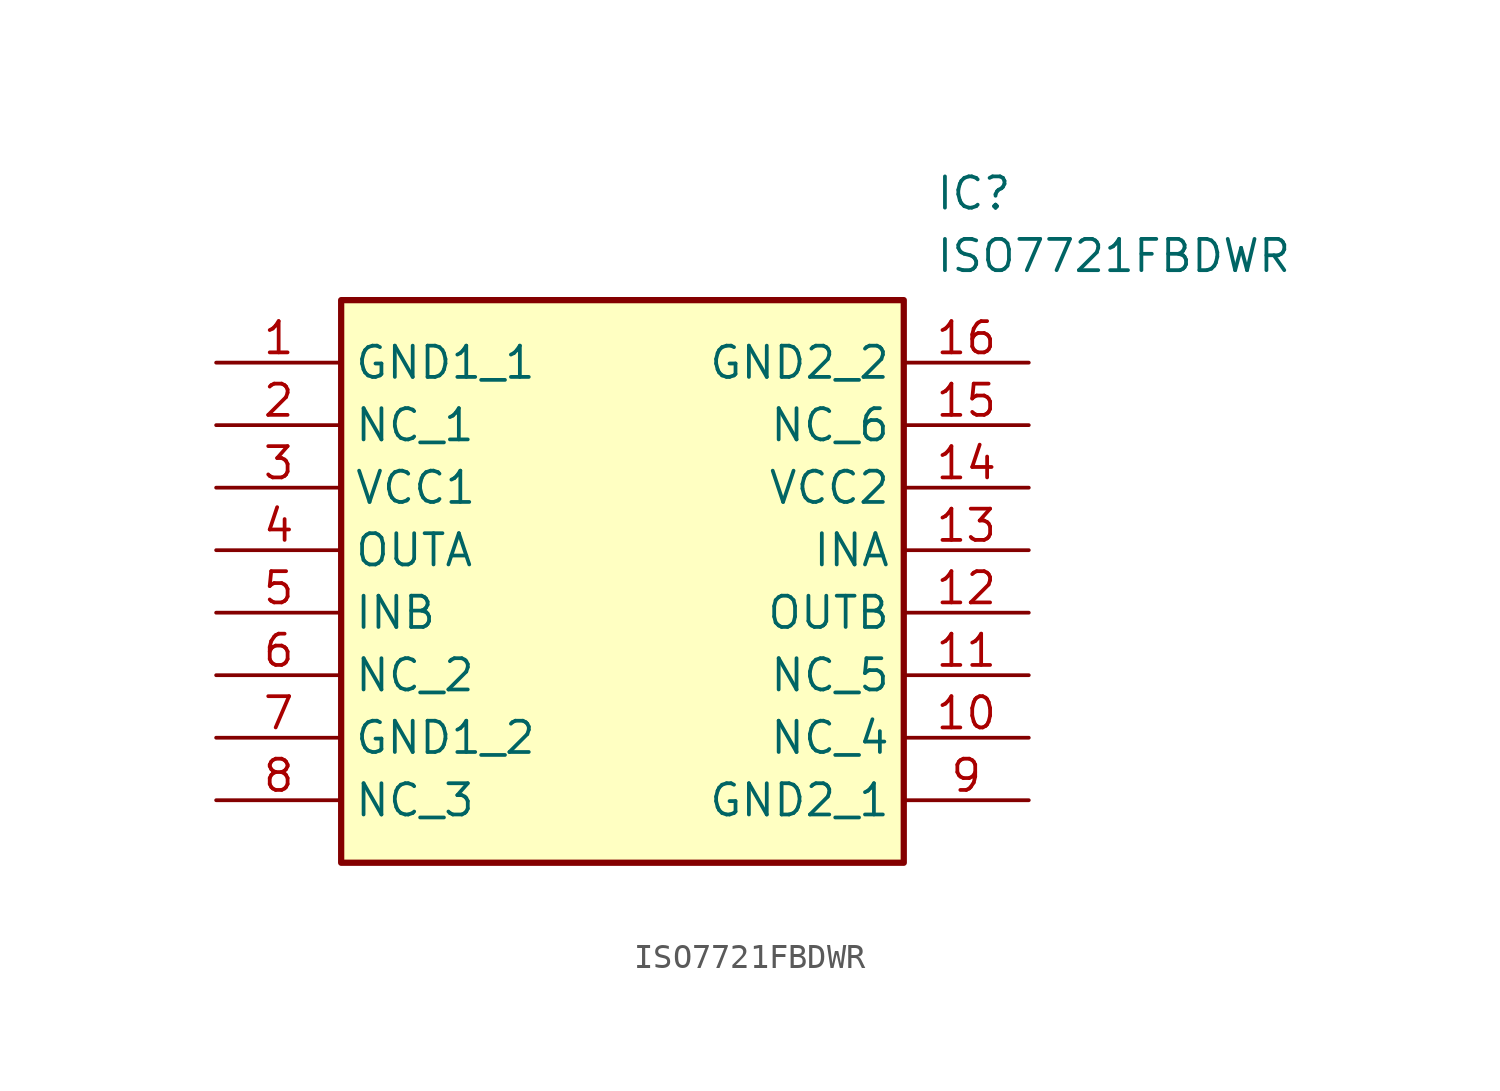
<source format=kicad_sym>
(kicad_symbol_lib
  (version 20231120)
  (generator "kicad_symbol_editor")
  (generator_version "8.0")
  (symbol "ISO7721FBDWR"
    (property "Reference" "IC"
      (at 29.21 7.62 0)
      (effects (font (size 1.27 1.27)) (justify left top)))
    (property "Value" "ISO7721FBDWR"
      (at 29.21 5.08 0)
      (effects (font (size 1.27 1.27)) (justify left top)))
    (symbol "ISO7721FBDWR_1_1"
      (rectangle (start 5.08 2.54) (end 27.94 -20.32) (stroke (width 0.254) (type default)) (fill (type background)))
      (pin passive line (at 0 0 0) (length 5.08) (name "GND1_1" (effects (font (size 1.27 1.27)))) (number "1" (effects (font (size 1.27 1.27)))))
      (pin passive line (at 33.02 -15.24 180) (length 5.08) (name "NC_4" (effects (font (size 1.27 1.27)))) (number "10" (effects (font (size 1.27 1.27)))))
      (pin passive line (at 33.02 -12.7 180) (length 5.08) (name "NC_5" (effects (font (size 1.27 1.27)))) (number "11" (effects (font (size 1.27 1.27)))))
      (pin passive line (at 33.02 -10.16 180) (length 5.08) (name "OUTB" (effects (font (size 1.27 1.27)))) (number "12" (effects (font (size 1.27 1.27)))))
      (pin passive line (at 33.02 -7.62 180) (length 5.08) (name "INA" (effects (font (size 1.27 1.27)))) (number "13" (effects (font (size 1.27 1.27)))))
      (pin passive line (at 33.02 -5.08 180) (length 5.08) (name "VCC2" (effects (font (size 1.27 1.27)))) (number "14" (effects (font (size 1.27 1.27)))))
      (pin passive line (at 33.02 -2.54 180) (length 5.08) (name "NC_6" (effects (font (size 1.27 1.27)))) (number "15" (effects (font (size 1.27 1.27)))))
      (pin passive line (at 33.02 0 180) (length 5.08) (name "GND2_2" (effects (font (size 1.27 1.27)))) (number "16" (effects (font (size 1.27 1.27)))))
      (pin passive line (at 0 -2.54 0) (length 5.08) (name "NC_1" (effects (font (size 1.27 1.27)))) (number "2" (effects (font (size 1.27 1.27)))))
      (pin passive line (at 0 -5.08 0) (length 5.08) (name "VCC1" (effects (font (size 1.27 1.27)))) (number "3" (effects (font (size 1.27 1.27)))))
      (pin passive line (at 0 -7.62 0) (length 5.08) (name "OUTA" (effects (font (size 1.27 1.27)))) (number "4" (effects (font (size 1.27 1.27)))))
      (pin passive line (at 0 -10.16 0) (length 5.08) (name "INB" (effects (font (size 1.27 1.27)))) (number "5" (effects (font (size 1.27 1.27)))))
      (pin passive line (at 0 -12.7 0) (length 5.08) (name "NC_2" (effects (font (size 1.27 1.27)))) (number "6" (effects (font (size 1.27 1.27)))))
      (pin passive line (at 0 -15.24 0) (length 5.08) (name "GND1_2" (effects (font (size 1.27 1.27)))) (number "7" (effects (font (size 1.27 1.27)))))
      (pin passive line (at 0 -17.78 0) (length 5.08) (name "NC_3" (effects (font (size 1.27 1.27)))) (number "8" (effects (font (size 1.27 1.27)))))
      (pin passive line (at 33.02 -17.78 180) (length 5.08) (name "GND2_1" (effects (font (size 1.27 1.27)))) (number "9" (effects (font (size 1.27 1.27))))))))
</source>
